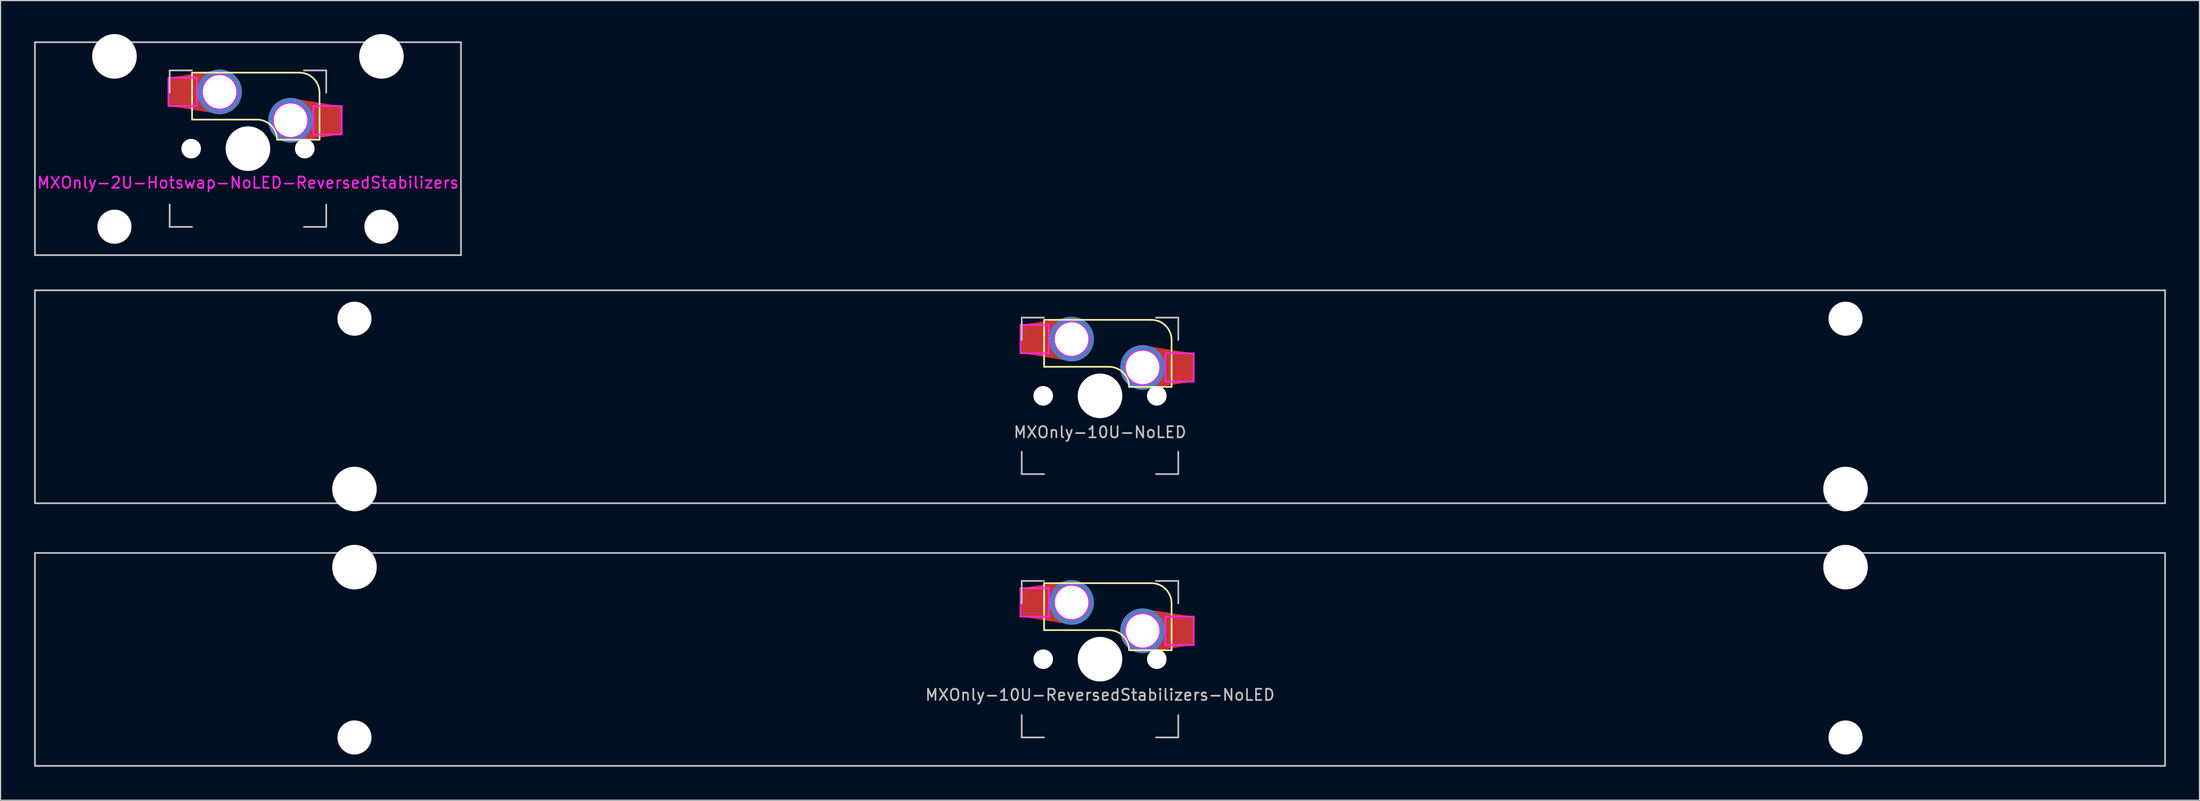
<source format=kicad_pcb>
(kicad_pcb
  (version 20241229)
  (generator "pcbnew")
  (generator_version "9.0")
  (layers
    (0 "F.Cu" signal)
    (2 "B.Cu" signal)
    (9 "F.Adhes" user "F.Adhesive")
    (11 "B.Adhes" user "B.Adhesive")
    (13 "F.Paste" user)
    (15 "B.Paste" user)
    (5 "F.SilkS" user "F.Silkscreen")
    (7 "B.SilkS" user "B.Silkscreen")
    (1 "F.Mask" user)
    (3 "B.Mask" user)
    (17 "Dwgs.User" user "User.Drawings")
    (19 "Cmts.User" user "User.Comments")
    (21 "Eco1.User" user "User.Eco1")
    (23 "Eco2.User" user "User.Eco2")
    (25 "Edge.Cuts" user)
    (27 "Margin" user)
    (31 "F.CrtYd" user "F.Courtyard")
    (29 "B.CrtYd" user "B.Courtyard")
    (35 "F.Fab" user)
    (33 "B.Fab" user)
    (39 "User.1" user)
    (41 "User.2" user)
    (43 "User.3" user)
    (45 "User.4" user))
  (footprint "MXOnly-2U-Hotswap-NoLED-ReversedStabilizers"
    (layer "F.Cu")
    (at 19.125 10.249)
    (property "Reference" "MXOnly-2U-Hotswap-NoLED-ReversedStabilizers" (at 0 3.048 180) (layer "F.CrtYd") (effects (font (size 1 1) (thickness 0.15))))
    (attr smd)
    (fp_line (start -5 -6.8) (end 4.6 -6.8) (stroke (width 0.15) (type solid)) (layer "F.SilkS"))
    (fp_line (start -5 -2.6) (end -5 -6.8) (stroke (width 0.15) (type solid)) (layer "F.SilkS"))
    (fp_line (start 0.8 -2.6) (end -5 -2.6) (stroke (width 0.15) (type solid)) (layer "F.SilkS"))
    (fp_line (start 6.4 -5) (end 6.4 -0.8) (stroke (width 0.15) (type solid)) (layer "F.SilkS"))
    (fp_line (start 6.4 -0.8) (end 2.6 -0.8) (stroke (width 0.15) (type solid)) (layer "F.SilkS"))
    (fp_arc (start 0.8 -2.6) (mid 2.072792 -2.072792) (end 2.6 -0.8) (stroke (width 0.15) (type solid)) (layer "F.SilkS"))
    (fp_arc (start 4.6 -6.8) (mid 5.872792 -6.272792) (end 6.4 -5) (stroke (width 0.15) (type solid)) (layer "F.SilkS"))
    (fp_poly (pts (xy -5.08 -3.493) (xy -7.112 -3.81) (xy -7.112 -6.35) (xy -5.08 -6.668)) (stroke (width 0.1) (type solid)) (fill yes) (layer "F.Paste"))
    (fp_poly (pts (xy 6.477 -4.064) (xy 8.509 -3.747) (xy 8.509 -1.206) (xy 6.477 -0.889)) (stroke (width 0.1) (type solid)) (fill yes) (layer "F.Paste"))
    (fp_line (start -19.05 -9.525) (end 19.05 -9.525) (stroke (width 0.15) (type solid)) (layer "Dwgs.User"))
    (fp_line (start -19.05 9.525) (end -19.05 -9.525) (stroke (width 0.15) (type solid)) (layer "Dwgs.User"))
    (fp_line (start -7 -7) (end -7 -5) (stroke (width 0.15) (type solid)) (layer "Dwgs.User"))
    (fp_line (start -7 7) (end -7 5) (stroke (width 0.15) (type solid)) (layer "Dwgs.User"))
    (fp_line (start -5 -7) (end -7 -7) (stroke (width 0.15) (type solid)) (layer "Dwgs.User"))
    (fp_line (start -5 7) (end -7 7) (stroke (width 0.15) (type solid)) (layer "Dwgs.User"))
    (fp_line (start 5 -7) (end 7 -7) (stroke (width 0.15) (type solid)) (layer "Dwgs.User"))
    (fp_line (start 7 -7) (end 7 -5) (stroke (width 0.15) (type solid)) (layer "Dwgs.User"))
    (fp_line (start 7 5) (end 7 7) (stroke (width 0.15) (type solid)) (layer "Dwgs.User"))
    (fp_line (start 7 7) (end 5 7) (stroke (width 0.15) (type solid)) (layer "Dwgs.User"))
    (fp_line (start 19.05 -9.525) (end 19.05 9.525) (stroke (width 0.15) (type solid)) (layer "Dwgs.User"))
    (fp_line (start 19.05 9.525) (end -19.05 9.525) (stroke (width 0.15) (type solid)) (layer "Dwgs.User"))
    (fp_line (start -7.112 -6.35) (end -7.112 -3.81) (stroke (width 0.15) (type solid)) (layer "F.CrtYd"))
    (fp_line (start -7.112 -3.81) (end -4.572 -3.81) (stroke (width 0.15) (type solid)) (layer "F.CrtYd"))
    (fp_line (start -4.572 -6.35) (end -7.112 -6.35) (stroke (width 0.15) (type solid)) (layer "F.CrtYd"))
    (fp_line (start -4.572 -3.81) (end -4.572 -6.35) (stroke (width 0.15) (type solid)) (layer "F.CrtYd"))
    (fp_line (start 5.842 -3.81) (end 5.842 -1.27) (stroke (width 0.15) (type solid)) (layer "F.CrtYd"))
    (fp_line (start 5.842 -1.27) (end 8.382 -1.27) (stroke (width 0.15) (type solid)) (layer "F.CrtYd"))
    (fp_line (start 8.382 -3.81) (end 5.842 -3.81) (stroke (width 0.15) (type solid)) (layer "F.CrtYd"))
    (fp_line (start 8.382 -1.27) (end 8.382 -3.81) (stroke (width 0.15) (type solid)) (layer "F.CrtYd"))
    (fp_circle (center -2.54 -5.08) (end -2.54 -6.604) (stroke (width 0.15) (type solid)) (fill no) (layer "F.CrtYd"))
    (fp_circle (center 3.81 -2.54) (end 3.81 -4.064) (stroke (width 0.15) (type solid)) (fill no) (layer "F.CrtYd"))
    (pad "" np_thru_hole circle (at -11.938 -8.255) (size 3.988 3.988) (drill 3.988) (layers "*.Cu" "*.Mask"))
    (pad "" np_thru_hole circle (at -11.938 6.985) (size 3.048 3.048) (drill 3.048) (layers "*.Cu" "*.Mask"))
    (pad "" np_thru_hole circle (at -5.08 0 131.9) (size 1.75 1.75) (drill 1.75) (layers "*.Cu" "*.Mask"))
    (pad "" np_thru_hole circle (at 0 0 180) (size 3.988 3.988) (drill 3.988) (layers "*.Cu" "*.Mask"))
    (pad "" np_thru_hole circle (at 5.08 0 131.9) (size 1.75 1.75) (drill 1.75) (layers "*.Cu" "*.Mask"))
    (pad "" np_thru_hole circle (at 11.938 -8.255) (size 3.988 3.988) (drill 3.988) (layers "*.Cu" "*.Mask"))
    (pad "" np_thru_hole circle (at 11.938 6.985) (size 3.048 3.048) (drill 3.048) (layers "*.Cu" "*.Mask"))
    (pad "1" thru_hole circle (at 3.81 -2.54 180) (size 4 4) (drill 3) (layers "*.Cu" "F.Mask"))
    (pad "1" smd custom (at 7.085 -2.54 180) (size 2.55 2.5) (layers "F.Cu" "F.Mask") (options (anchor rect)) (primitives (gr_poly (pts (xy -1.195 1.219) (xy 3.275 1.93) (xy 3.275 -1.93) (xy -1.195 -1.219)) (width 0.1) (fill yes))))
    (pad "2" smd custom (at -5.841 -5.08 180) (size 2.55 2.5) (layers "F.Cu" "F.Mask") (options (anchor rect)) (primitives (gr_poly (pts (xy 1.219 -1.219) (xy -3.251 -1.93) (xy -3.251 1.93) (xy 1.219 1.219)) (width 0.1) (fill yes))))
    (pad "2" thru_hole circle (at -2.54 -5.08 180) (size 4 4) (drill 3) (layers "*.Cu" "F.Mask")))
  (footprint "MXOnly-10U-NoLED"
    (layer "F.Cu")
    (at 95.325 32.449)
    (property "Reference" "MXOnly-10U-NoLED" (at 0 3.175 0) (layer "Dwgs.User") (effects (font (size 1 1) (thickness 0.15))))
    (attr through_hole)
    (fp_line (start -5 -6.883) (end 4.6 -6.883) (stroke (width 0.15) (type solid)) (layer "F.SilkS"))
    (fp_line (start -5 -2.683) (end -5 -6.883) (stroke (width 0.15) (type solid)) (layer "F.SilkS"))
    (fp_line (start 0.8 -2.683) (end -5 -2.683) (stroke (width 0.15) (type solid)) (layer "F.SilkS"))
    (fp_line (start 6.4 -5.083) (end 6.4 -0.883) (stroke (width 0.15) (type solid)) (layer "F.SilkS"))
    (fp_line (start 6.4 -0.883) (end 2.6 -0.883) (stroke (width 0.15) (type solid)) (layer "F.SilkS"))
    (fp_arc (start 0.8 -2.682857) (mid 2.072792 -2.155649) (end 2.6 -0.882857) (stroke (width 0.15) (type solid)) (layer "F.SilkS"))
    (fp_arc (start 4.6 -6.882857) (mid 5.872792 -6.355649) (end 6.4 -5.082857) (stroke (width 0.15) (type solid)) (layer "F.SilkS"))
    (fp_poly (pts (xy -5.08 -3.575) (xy -7.112 -3.893) (xy -7.112 -6.433) (xy -5.08 -6.75)) (stroke (width 0.1) (type solid)) (fill yes) (layer "F.Paste"))
    (fp_poly (pts (xy 6.477 -4.147) (xy 8.509 -3.829) (xy 8.509 -1.289) (xy 6.477 -0.972)) (stroke (width 0.1) (type solid)) (fill yes) (layer "F.Paste"))
    (fp_line (start -95.25 -9.525) (end 95.25 -9.525) (stroke (width 0.15) (type solid)) (layer "Dwgs.User"))
    (fp_line (start -95.25 9.525) (end -95.25 -9.525) (stroke (width 0.15) (type solid)) (layer "Dwgs.User"))
    (fp_line (start -95.25 9.525) (end 95.25 9.525) (stroke (width 0.15) (type solid)) (layer "Dwgs.User"))
    (fp_line (start -7 -7.083) (end -7 -5.083) (stroke (width 0.15) (type solid)) (layer "Dwgs.User"))
    (fp_line (start -7 6.917) (end -7 4.917) (stroke (width 0.15) (type solid)) (layer "Dwgs.User"))
    (fp_line (start -5 -7.083) (end -7 -7.083) (stroke (width 0.15) (type solid)) (layer "Dwgs.User"))
    (fp_line (start -5 6.917) (end -7 6.917) (stroke (width 0.15) (type solid)) (layer "Dwgs.User"))
    (fp_line (start 5 -7.083) (end 7 -7.083) (stroke (width 0.15) (type solid)) (layer "Dwgs.User"))
    (fp_line (start 7 -7.083) (end 7 -5.083) (stroke (width 0.15) (type solid)) (layer "Dwgs.User"))
    (fp_line (start 7 4.917) (end 7 6.917) (stroke (width 0.15) (type solid)) (layer "Dwgs.User"))
    (fp_line (start 7 6.917) (end 5 6.917) (stroke (width 0.15) (type solid)) (layer "Dwgs.User"))
    (fp_line (start 95.25 -9.525) (end 95.25 9.525) (stroke (width 0.15) (type solid)) (layer "Dwgs.User"))
    (fp_line (start -7.112 -6.433) (end -7.112 -3.893) (stroke (width 0.15) (type solid)) (layer "F.CrtYd"))
    (fp_line (start -7.112 -3.893) (end -4.572 -3.893) (stroke (width 0.15) (type solid)) (layer "F.CrtYd"))
    (fp_line (start -4.572 -6.433) (end -7.112 -6.433) (stroke (width 0.15) (type solid)) (layer "F.CrtYd"))
    (fp_line (start -4.572 -3.893) (end -4.572 -6.433) (stroke (width 0.15) (type solid)) (layer "F.CrtYd"))
    (fp_line (start 5.842 -3.893) (end 5.842 -1.353) (stroke (width 0.15) (type solid)) (layer "F.CrtYd"))
    (fp_line (start 5.842 -1.353) (end 8.382 -1.353) (stroke (width 0.15) (type solid)) (layer "F.CrtYd"))
    (fp_line (start 8.382 -3.893) (end 5.842 -3.893) (stroke (width 0.15) (type solid)) (layer "F.CrtYd"))
    (fp_line (start 8.382 -1.353) (end 8.382 -3.893) (stroke (width 0.15) (type solid)) (layer "F.CrtYd"))
    (fp_circle (center -2.54 -5.163) (end -2.54 -6.687) (stroke (width 0.15) (type solid)) (fill no) (layer "F.CrtYd"))
    (fp_circle (center 3.81 -2.623) (end 3.81 -4.147) (stroke (width 0.15) (type solid)) (fill no) (layer "F.CrtYd"))
    (pad "" np_thru_hole circle (at -66.675 -6.985) (size 3.048 3.048) (drill 3.048) (layers "*.Cu" "*.Mask"))
    (pad "" np_thru_hole circle (at -66.675 8.255) (size 3.988 3.988) (drill 3.988) (layers "*.Cu" "*.Mask"))
    (pad "" np_thru_hole circle (at -5.08 -0.083 131.9) (size 1.75 1.75) (drill 1.75) (layers "*.Cu" "*.Mask"))
    (pad "" np_thru_hole circle (at 0 -0.083 180) (size 3.988 3.988) (drill 3.988) (layers "*.Cu" "*.Mask"))
    (pad "" np_thru_hole circle (at 5.08 -0.083 131.9) (size 1.75 1.75) (drill 1.75) (layers "*.Cu" "*.Mask"))
    (pad "" np_thru_hole circle (at 66.675 -6.985) (size 3.048 3.048) (drill 3.048) (layers "*.Cu" "*.Mask"))
    (pad "" np_thru_hole circle (at 66.675 8.255) (size 3.988 3.988) (drill 3.988) (layers "*.Cu" "*.Mask"))
    (pad "1" thru_hole circle (at 3.81 -2.623 180) (size 4 4) (drill 3) (layers "*.Cu" "F.Mask"))
    (pad "1" smd custom (at 7.085 -2.623 180) (size 2.55 2.5) (layers "F.Cu" "F.Mask") (options (anchor rect)) (primitives (gr_poly (pts (xy -1.195 1.219) (xy 3.275 1.93) (xy 3.275 -1.93) (xy -1.195 -1.219)) (width 0.1) (fill yes))))
    (pad "2" smd custom (at -5.841 -5.163 180) (size 2.55 2.5) (layers "F.Cu" "F.Mask") (options (anchor rect)) (primitives (gr_poly (pts (xy 1.219 -1.219) (xy -3.251 -1.93) (xy -3.251 1.93) (xy 1.219 1.219)) (width 0.1) (fill yes))))
    (pad "2" thru_hole circle (at -2.54 -5.163 180) (size 4 4) (drill 3) (layers "*.Cu" "F.Mask")))
  (footprint "MXOnly-10U-ReversedStabilizers-NoLED"
    (layer "F.Cu")
    (at 95.325 55.947)
    (property "Reference" "MXOnly-10U-ReversedStabilizers-NoLED" (at 0 3.175 0) (layer "Dwgs.User") (effects (font (size 1 1) (thickness 0.15))))
    (attr through_hole)
    (fp_line (start -5 -6.819) (end 4.6 -6.819) (stroke (width 0.15) (type solid)) (layer "F.SilkS"))
    (fp_line (start -5 -2.619) (end -5 -6.819) (stroke (width 0.15) (type solid)) (layer "F.SilkS"))
    (fp_line (start 0.8 -2.619) (end -5 -2.619) (stroke (width 0.15) (type solid)) (layer "F.SilkS"))
    (fp_line (start 6.4 -5.019) (end 6.4 -0.819) (stroke (width 0.15) (type solid)) (layer "F.SilkS"))
    (fp_line (start 6.4 -0.819) (end 2.6 -0.819) (stroke (width 0.15) (type solid)) (layer "F.SilkS"))
    (fp_arc (start 0.8 -2.618969) (mid 2.072792 -2.091761) (end 2.6 -0.818969) (stroke (width 0.15) (type solid)) (layer "F.SilkS"))
    (fp_arc (start 4.6 -6.818969) (mid 5.872792 -6.291761) (end 6.4 -5.018969) (stroke (width 0.15) (type solid)) (layer "F.SilkS"))
    (fp_poly (pts (xy -5.08 -3.511) (xy -7.112 -3.829) (xy -7.112 -6.369) (xy -5.08 -6.686)) (stroke (width 0.1) (type solid)) (fill yes) (layer "F.Paste"))
    (fp_poly (pts (xy 6.477 -4.083) (xy 8.509 -3.765) (xy 8.509 -1.225) (xy 6.477 -0.908)) (stroke (width 0.1) (type solid)) (fill yes) (layer "F.Paste"))
    (fp_line (start -95.25 -9.525) (end 95.25 -9.525) (stroke (width 0.15) (type solid)) (layer "Dwgs.User"))
    (fp_line (start -95.25 9.525) (end -95.25 -9.525) (stroke (width 0.15) (type solid)) (layer "Dwgs.User"))
    (fp_line (start -95.25 9.525) (end 95.25 9.525) (stroke (width 0.15) (type solid)) (layer "Dwgs.User"))
    (fp_line (start -7 -7.019) (end -7 -5.019) (stroke (width 0.15) (type solid)) (layer "Dwgs.User"))
    (fp_line (start -7 6.981) (end -7 4.981) (stroke (width 0.15) (type solid)) (layer "Dwgs.User"))
    (fp_line (start -5 -7.019) (end -7 -7.019) (stroke (width 0.15) (type solid)) (layer "Dwgs.User"))
    (fp_line (start -5 6.981) (end -7 6.981) (stroke (width 0.15) (type solid)) (layer "Dwgs.User"))
    (fp_line (start 5 -7.019) (end 7 -7.019) (stroke (width 0.15) (type solid)) (layer "Dwgs.User"))
    (fp_line (start 7 -7.019) (end 7 -5.019) (stroke (width 0.15) (type solid)) (layer "Dwgs.User"))
    (fp_line (start 7 4.981) (end 7 6.981) (stroke (width 0.15) (type solid)) (layer "Dwgs.User"))
    (fp_line (start 7 6.981) (end 5 6.981) (stroke (width 0.15) (type solid)) (layer "Dwgs.User"))
    (fp_line (start 95.25 -9.525) (end 95.25 9.525) (stroke (width 0.15) (type solid)) (layer "Dwgs.User"))
    (fp_line (start -7.112 -6.369) (end -7.112 -3.829) (stroke (width 0.15) (type solid)) (layer "F.CrtYd"))
    (fp_line (start -7.112 -3.829) (end -4.572 -3.829) (stroke (width 0.15) (type solid)) (layer "F.CrtYd"))
    (fp_line (start -4.572 -6.369) (end -7.112 -6.369) (stroke (width 0.15) (type solid)) (layer "F.CrtYd"))
    (fp_line (start -4.572 -3.829) (end -4.572 -6.369) (stroke (width 0.15) (type solid)) (layer "F.CrtYd"))
    (fp_line (start 5.842 -3.829) (end 5.842 -1.289) (stroke (width 0.15) (type solid)) (layer "F.CrtYd"))
    (fp_line (start 5.842 -1.289) (end 8.382 -1.289) (stroke (width 0.15) (type solid)) (layer "F.CrtYd"))
    (fp_line (start 8.382 -3.829) (end 5.842 -3.829) (stroke (width 0.15) (type solid)) (layer "F.CrtYd"))
    (fp_line (start 8.382 -1.289) (end 8.382 -3.829) (stroke (width 0.15) (type solid)) (layer "F.CrtYd"))
    (fp_circle (center -2.54 -5.099) (end -2.54 -6.623) (stroke (width 0.15) (type solid)) (fill no) (layer "F.CrtYd"))
    (fp_circle (center 3.81 -2.559) (end 3.81 -4.083) (stroke (width 0.15) (type solid)) (fill no) (layer "F.CrtYd"))
    (pad "" np_thru_hole circle (at -66.675 -8.255) (size 3.988 3.988) (drill 3.988) (layers "*.Cu" "*.Mask"))
    (pad "" np_thru_hole circle (at -66.675 6.985) (size 3.048 3.048) (drill 3.048) (layers "*.Cu" "*.Mask"))
    (pad "" np_thru_hole circle (at -5.08 -0.019 131.9) (size 1.75 1.75) (drill 1.75) (layers "*.Cu" "*.Mask"))
    (pad "" np_thru_hole circle (at 0 -0.019 180) (size 3.988 3.988) (drill 3.988) (layers "*.Cu" "*.Mask"))
    (pad "" np_thru_hole circle (at 5.08 -0.019 131.9) (size 1.75 1.75) (drill 1.75) (layers "*.Cu" "*.Mask"))
    (pad "" np_thru_hole circle (at 66.675 -8.255) (size 3.988 3.988) (drill 3.988) (layers "*.Cu" "*.Mask"))
    (pad "" np_thru_hole circle (at 66.675 6.985) (size 3.048 3.048) (drill 3.048) (layers "*.Cu" "*.Mask"))
    (pad "1" thru_hole circle (at 3.81 -2.559 180) (size 4 4) (drill 3) (layers "*.Cu" "F.Mask"))
    (pad "1" smd custom (at 7.085 -2.559 180) (size 2.55 2.5) (layers "F.Cu" "F.Mask") (options (anchor rect)) (primitives (gr_poly (pts (xy -1.195 1.219) (xy 3.275 1.93) (xy 3.275 -1.93) (xy -1.195 -1.219)) (width 0.1) (fill yes))))
    (pad "2" smd custom (at -5.841 -5.099 180) (size 2.55 2.5) (layers "F.Cu" "F.Mask") (options (anchor rect)) (primitives (gr_poly (pts (xy 1.219 -1.219) (xy -3.251 -1.93) (xy -3.251 1.93) (xy 1.219 1.219)) (width 0.1) (fill yes))))
    (pad "2" thru_hole circle (at -2.54 -5.099 180) (size 4 4) (drill 3) (layers "*.Cu" "F.Mask")))
  (gr_rect
    (start -3 -3)
    (end 193.65 68.547)
    (stroke (width 0.1) (type default))
    (fill no)
    (layer "Edge.Cuts")))
</source>
